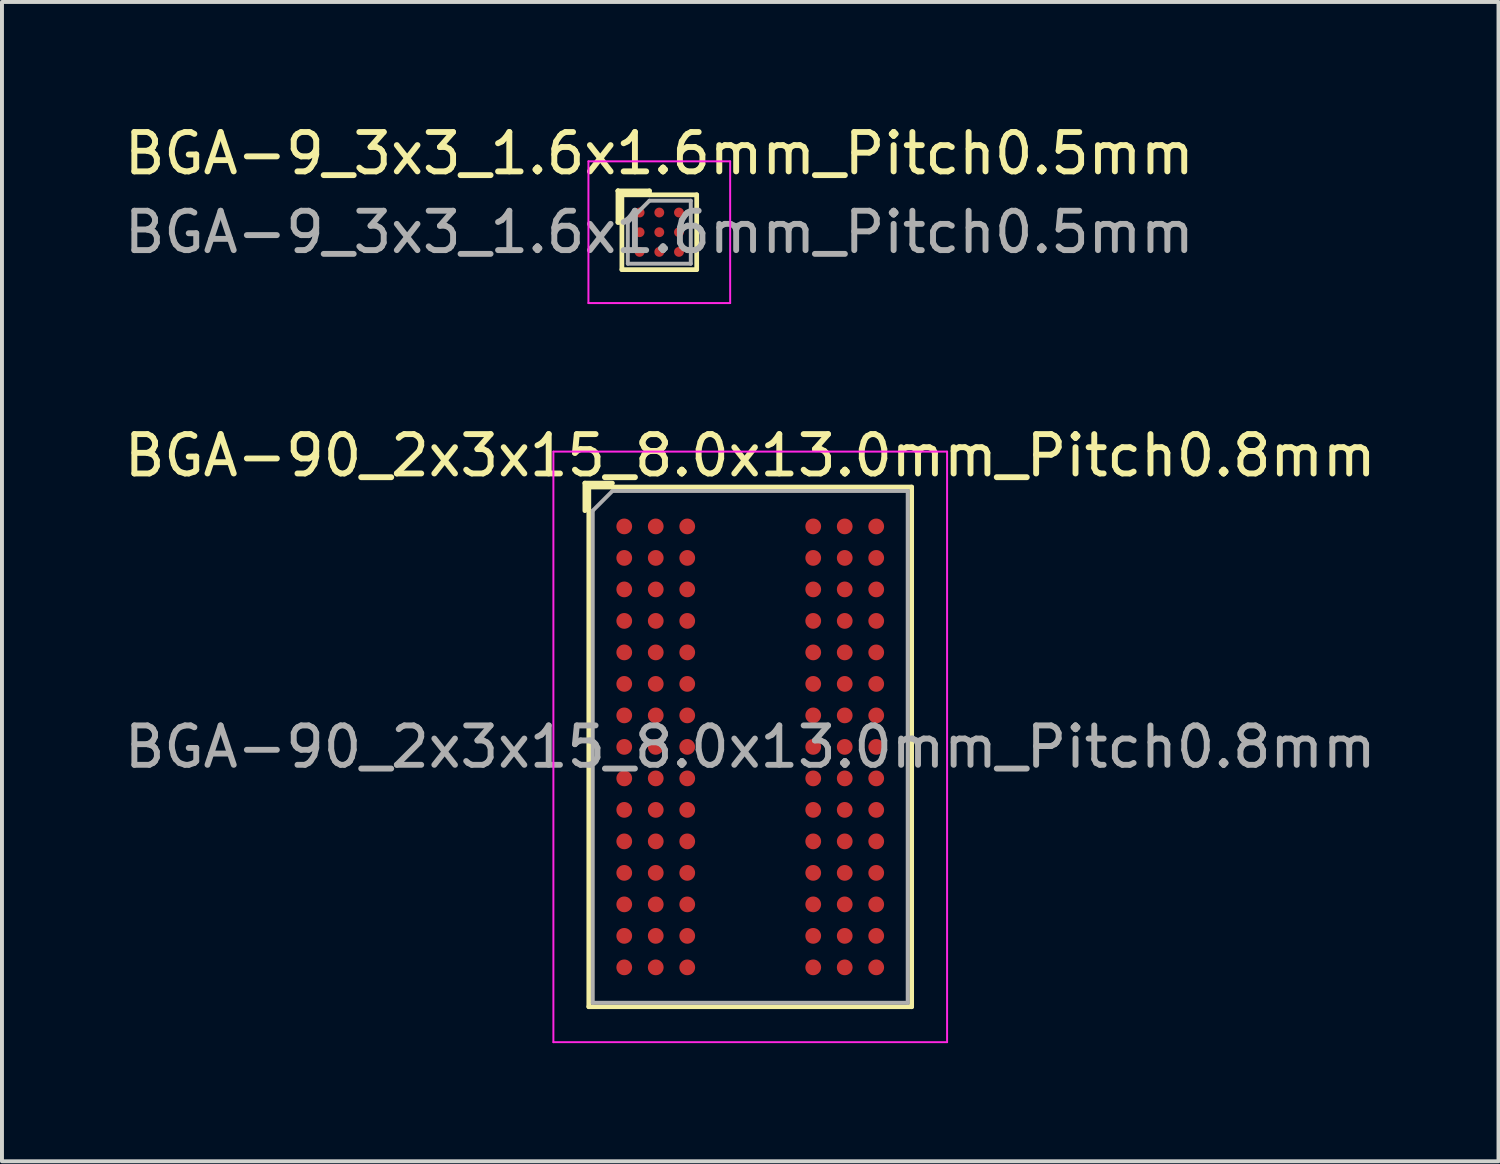
<source format=kicad_pcb>
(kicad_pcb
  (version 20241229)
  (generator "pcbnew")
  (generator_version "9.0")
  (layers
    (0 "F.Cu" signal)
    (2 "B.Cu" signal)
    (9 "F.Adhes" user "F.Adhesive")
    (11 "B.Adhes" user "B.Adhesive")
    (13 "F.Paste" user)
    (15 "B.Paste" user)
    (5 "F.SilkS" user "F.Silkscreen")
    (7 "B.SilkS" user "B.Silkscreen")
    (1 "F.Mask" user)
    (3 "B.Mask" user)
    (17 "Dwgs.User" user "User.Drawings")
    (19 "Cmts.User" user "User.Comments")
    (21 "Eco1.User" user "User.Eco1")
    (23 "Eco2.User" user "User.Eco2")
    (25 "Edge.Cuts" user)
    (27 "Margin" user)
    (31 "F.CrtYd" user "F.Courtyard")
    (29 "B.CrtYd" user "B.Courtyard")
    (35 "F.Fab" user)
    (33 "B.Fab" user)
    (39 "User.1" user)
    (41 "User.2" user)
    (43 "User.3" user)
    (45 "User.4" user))
  (footprint "BGA-9_3x3_1.6x1.6mm_Pitch0.5mm"
    (layer "F.Cu")
    (at 13.696 2.848)
    (property "Reference" "BGA-9_3x3_1.6x1.6mm_Pitch0.5mm" (at 0 -2 0) (layer "F.SilkS") (effects (font (size 1 1) (thickness 0.15))))
    (attr smd)
    (fp_line (start -1.05 -1.05) (end -1.05 -0.25) (stroke (width 0.12) (type solid)) (layer "F.SilkS"))
    (fp_line (start -1.05 -1.05) (end -0.25 -1.05) (stroke (width 0.12) (type solid)) (layer "F.SilkS"))
    (fp_line (start -1.05 -0.25) (end -0.95 -0.25) (stroke (width 0.12) (type solid)) (layer "F.SilkS"))
    (fp_line (start -0.95 -0.95) (end -1.05 -1.05) (stroke (width 0.12) (type solid)) (layer "F.SilkS"))
    (fp_line (start -0.95 -0.95) (end -0.95 0.95) (stroke (width 0.12) (type solid)) (layer "F.SilkS"))
    (fp_line (start -0.95 0.95) (end 0.95 0.95) (stroke (width 0.12) (type solid)) (layer "F.SilkS"))
    (fp_line (start -0.25 -0.95) (end -0.25 -1.05) (stroke (width 0.12) (type solid)) (layer "F.SilkS"))
    (fp_line (start 0.95 -0.95) (end -0.95 -0.95) (stroke (width 0.12) (type solid)) (layer "F.SilkS"))
    (fp_line (start 0.95 0.95) (end 0.95 -0.95) (stroke (width 0.12) (type solid)) (layer "F.SilkS"))
    (fp_line (start -1.8 -1.8) (end -1.8 1.8) (stroke (width 0.05) (type solid)) (layer "F.CrtYd"))
    (fp_line (start -1.8 -1.8) (end 1.8 -1.8) (stroke (width 0.05) (type solid)) (layer "F.CrtYd"))
    (fp_line (start 1.8 1.8) (end -1.8 1.8) (stroke (width 0.05) (type solid)) (layer "F.CrtYd"))
    (fp_line (start 1.8 1.8) (end 1.8 -1.8) (stroke (width 0.05) (type solid)) (layer "F.CrtYd"))
    (fp_line (start -0.8 -0.25) (end -0.25 -0.8) (stroke (width 0.1) (type solid)) (layer "F.Fab"))
    (fp_line (start -0.8 0.8) (end -0.8 -0.25) (stroke (width 0.1) (type solid)) (layer "F.Fab"))
    (fp_line (start -0.25 -0.8) (end 0.8 -0.8) (stroke (width 0.1) (type solid)) (layer "F.Fab"))
    (fp_line (start 0.8 -0.8) (end 0.8 0.8) (stroke (width 0.1) (type solid)) (layer "F.Fab"))
    (fp_line (start 0.8 0.8) (end -0.8 0.8) (stroke (width 0.1) (type solid)) (layer "F.Fab"))
    (fp_text user "${REFERENCE}" (at 0 0 0) (layer "F.Fab") (effects (font (size 1 1) (thickness 0.15))))
    (pad "A1" smd circle (at -0.5 -0.5) (size 0.25 0.25) (layers "F.Cu" "F.Mask" "F.Paste"))
    (pad "A2" smd circle (at 0 -0.5) (size 0.25 0.25) (layers "F.Cu" "F.Mask" "F.Paste"))
    (pad "A3" smd circle (at 0.5 -0.5) (size 0.25 0.25) (layers "F.Cu" "F.Mask" "F.Paste"))
    (pad "B1" smd circle (at -0.5 0) (size 0.25 0.25) (layers "F.Cu" "F.Mask" "F.Paste"))
    (pad "B2" smd circle (at 0 0) (size 0.25 0.25) (layers "F.Cu" "F.Mask" "F.Paste"))
    (pad "B3" smd circle (at 0.5 0) (size 0.25 0.25) (layers "F.Cu" "F.Mask" "F.Paste"))
    (pad "C1" smd circle (at -0.5 0.5) (size 0.25 0.25) (layers "F.Cu" "F.Mask" "F.Paste"))
    (pad "C2" smd circle (at 0 0.5) (size 0.25 0.25) (layers "F.Cu" "F.Mask" "F.Paste"))
    (pad "C3" smd circle (at 0.5 0.5) (size 0.25 0.25) (layers "F.Cu" "F.Mask" "F.Paste")))
  (footprint "BGA-90_2x3x15_8.0x13.0mm_Pitch0.8mm"
    (layer "F.Cu")
    (at 16.006 15.921)
    (property "Reference" "BGA-90_2x3x15_8.0x13.0mm_Pitch0.8mm" (at 0 -7.4 0) (layer "F.SilkS") (effects (font (size 1 1) (thickness 0.15))))
    (attr smd)
    (fp_line (start -4.2 -6.7) (end -3.5 -6.7) (stroke (width 0.12) (type solid)) (layer "F.SilkS"))
    (fp_line (start -4.2 -6) (end -4.2 -6.7) (stroke (width 0.12) (type solid)) (layer "F.SilkS"))
    (fp_line (start -4.1 -6.6) (end -4.1 6.6) (stroke (width 0.12) (type solid)) (layer "F.SilkS"))
    (fp_line (start -4.1 6.6) (end 4.1 6.6) (stroke (width 0.12) (type solid)) (layer "F.SilkS"))
    (fp_line (start 4.1 -6.6) (end -4.1 -6.6) (stroke (width 0.12) (type solid)) (layer "F.SilkS"))
    (fp_line (start 4.1 6.6) (end 4.1 -6.6) (stroke (width 0.12) (type solid)) (layer "F.SilkS"))
    (fp_line (start -5 -7.5) (end -5 7.5) (stroke (width 0.05) (type solid)) (layer "F.CrtYd"))
    (fp_line (start -5 -7.5) (end 5 -7.5) (stroke (width 0.05) (type solid)) (layer "F.CrtYd"))
    (fp_line (start 5 7.5) (end -5 7.5) (stroke (width 0.05) (type solid)) (layer "F.CrtYd"))
    (fp_line (start 5 7.5) (end 5 -7.5) (stroke (width 0.05) (type solid)) (layer "F.CrtYd"))
    (fp_line (start -4 -6) (end -4 6.5) (stroke (width 0.1) (type solid)) (layer "F.Fab"))
    (fp_line (start -4 6.5) (end 4 6.5) (stroke (width 0.1) (type solid)) (layer "F.Fab"))
    (fp_line (start -3.5 -6.5) (end -4 -6) (stroke (width 0.1) (type solid)) (layer "F.Fab"))
    (fp_line (start 4 -6.5) (end -3.5 -6.5) (stroke (width 0.1) (type solid)) (layer "F.Fab"))
    (fp_line (start 4 6.5) (end 4 -6.5) (stroke (width 0.1) (type solid)) (layer "F.Fab"))
    (fp_text user "${REFERENCE}" (at 0 0 0) (layer "F.Fab") (effects (font (size 1 1) (thickness 0.15))))
    (pad "A1" smd circle (at -3.2 -5.6) (size 0.4 0.4) (layers "F.Cu" "F.Mask" "F.Paste"))
    (pad "A2" smd circle (at -2.4 -5.6) (size 0.4 0.4) (layers "F.Cu" "F.Mask" "F.Paste"))
    (pad "A3" smd circle (at -1.6 -5.6) (size 0.4 0.4) (layers "F.Cu" "F.Mask" "F.Paste"))
    (pad "A7" smd circle (at 1.6 -5.6) (size 0.4 0.4) (layers "F.Cu" "F.Mask" "F.Paste"))
    (pad "A8" smd circle (at 2.4 -5.6) (size 0.4 0.4) (layers "F.Cu" "F.Mask" "F.Paste"))
    (pad "A9" smd circle (at 3.2 -5.6) (size 0.4 0.4) (layers "F.Cu" "F.Mask" "F.Paste"))
    (pad "B1" smd circle (at -3.2 -4.8) (size 0.4 0.4) (layers "F.Cu" "F.Mask" "F.Paste"))
    (pad "B2" smd circle (at -2.4 -4.8) (size 0.4 0.4) (layers "F.Cu" "F.Mask" "F.Paste"))
    (pad "B3" smd circle (at -1.6 -4.8) (size 0.4 0.4) (layers "F.Cu" "F.Mask" "F.Paste"))
    (pad "B7" smd circle (at 1.6 -4.8) (size 0.4 0.4) (layers "F.Cu" "F.Mask" "F.Paste"))
    (pad "B8" smd circle (at 2.4 -4.8) (size 0.4 0.4) (layers "F.Cu" "F.Mask" "F.Paste"))
    (pad "B9" smd circle (at 3.2 -4.8) (size 0.4 0.4) (layers "F.Cu" "F.Mask" "F.Paste"))
    (pad "C1" smd circle (at -3.2 -4) (size 0.4 0.4) (layers "F.Cu" "F.Mask" "F.Paste"))
    (pad "C2" smd circle (at -2.4 -4) (size 0.4 0.4) (layers "F.Cu" "F.Mask" "F.Paste"))
    (pad "C3" smd circle (at -1.6 -4) (size 0.4 0.4) (layers "F.Cu" "F.Mask" "F.Paste"))
    (pad "C7" smd circle (at 1.6 -4) (size 0.4 0.4) (layers "F.Cu" "F.Mask" "F.Paste"))
    (pad "C8" smd circle (at 2.4 -4) (size 0.4 0.4) (layers "F.Cu" "F.Mask" "F.Paste"))
    (pad "C9" smd circle (at 3.2 -4) (size 0.4 0.4) (layers "F.Cu" "F.Mask" "F.Paste"))
    (pad "D1" smd circle (at -3.2 -3.2) (size 0.4 0.4) (layers "F.Cu" "F.Mask" "F.Paste"))
    (pad "D2" smd circle (at -2.4 -3.2) (size 0.4 0.4) (layers "F.Cu" "F.Mask" "F.Paste"))
    (pad "D3" smd circle (at -1.6 -3.2) (size 0.4 0.4) (layers "F.Cu" "F.Mask" "F.Paste"))
    (pad "D7" smd circle (at 1.6 -3.2) (size 0.4 0.4) (layers "F.Cu" "F.Mask" "F.Paste"))
    (pad "D8" smd circle (at 2.4 -3.2) (size 0.4 0.4) (layers "F.Cu" "F.Mask" "F.Paste"))
    (pad "D9" smd circle (at 3.2 -3.2) (size 0.4 0.4) (layers "F.Cu" "F.Mask" "F.Paste"))
    (pad "E1" smd circle (at -3.2 -2.4) (size 0.4 0.4) (layers "F.Cu" "F.Mask" "F.Paste"))
    (pad "E2" smd circle (at -2.4 -2.4) (size 0.4 0.4) (layers "F.Cu" "F.Mask" "F.Paste"))
    (pad "E3" smd circle (at -1.6 -2.4) (size 0.4 0.4) (layers "F.Cu" "F.Mask" "F.Paste"))
    (pad "E7" smd circle (at 1.6 -2.4) (size 0.4 0.4) (layers "F.Cu" "F.Mask" "F.Paste"))
    (pad "E8" smd circle (at 2.4 -2.4) (size 0.4 0.4) (layers "F.Cu" "F.Mask" "F.Paste"))
    (pad "E9" smd circle (at 3.2 -2.4) (size 0.4 0.4) (layers "F.Cu" "F.Mask" "F.Paste"))
    (pad "F1" smd circle (at -3.2 -1.6) (size 0.4 0.4) (layers "F.Cu" "F.Mask" "F.Paste"))
    (pad "F2" smd circle (at -2.4 -1.6) (size 0.4 0.4) (layers "F.Cu" "F.Mask" "F.Paste"))
    (pad "F3" smd circle (at -1.6 -1.6) (size 0.4 0.4) (layers "F.Cu" "F.Mask" "F.Paste"))
    (pad "F7" smd circle (at 1.6 -1.6) (size 0.4 0.4) (layers "F.Cu" "F.Mask" "F.Paste"))
    (pad "F8" smd circle (at 2.4 -1.6) (size 0.4 0.4) (layers "F.Cu" "F.Mask" "F.Paste"))
    (pad "F9" smd circle (at 3.2 -1.6) (size 0.4 0.4) (layers "F.Cu" "F.Mask" "F.Paste"))
    (pad "G1" smd circle (at -3.2 -0.8) (size 0.4 0.4) (layers "F.Cu" "F.Mask" "F.Paste"))
    (pad "G2" smd circle (at -2.4 -0.8) (size 0.4 0.4) (layers "F.Cu" "F.Mask" "F.Paste"))
    (pad "G3" smd circle (at -1.6 -0.8) (size 0.4 0.4) (layers "F.Cu" "F.Mask" "F.Paste"))
    (pad "G7" smd circle (at 1.6 -0.8) (size 0.4 0.4) (layers "F.Cu" "F.Mask" "F.Paste"))
    (pad "G8" smd circle (at 2.4 -0.8) (size 0.4 0.4) (layers "F.Cu" "F.Mask" "F.Paste"))
    (pad "G9" smd circle (at 3.2 -0.8) (size 0.4 0.4) (layers "F.Cu" "F.Mask" "F.Paste"))
    (pad "H1" smd circle (at -3.2 0) (size 0.4 0.4) (layers "F.Cu" "F.Mask" "F.Paste"))
    (pad "H2" smd circle (at -2.4 0) (size 0.4 0.4) (layers "F.Cu" "F.Mask" "F.Paste"))
    (pad "H3" smd circle (at -1.6 0) (size 0.4 0.4) (layers "F.Cu" "F.Mask" "F.Paste"))
    (pad "H7" smd circle (at 1.6 0) (size 0.4 0.4) (layers "F.Cu" "F.Mask" "F.Paste"))
    (pad "H8" smd circle (at 2.4 0) (size 0.4 0.4) (layers "F.Cu" "F.Mask" "F.Paste"))
    (pad "H9" smd circle (at 3.2 0) (size 0.4 0.4) (layers "F.Cu" "F.Mask" "F.Paste"))
    (pad "J1" smd circle (at -3.2 0.8) (size 0.4 0.4) (layers "F.Cu" "F.Mask" "F.Paste"))
    (pad "J2" smd circle (at -2.4 0.8) (size 0.4 0.4) (layers "F.Cu" "F.Mask" "F.Paste"))
    (pad "J3" smd circle (at -1.6 0.8) (size 0.4 0.4) (layers "F.Cu" "F.Mask" "F.Paste"))
    (pad "J7" smd circle (at 1.6 0.8) (size 0.4 0.4) (layers "F.Cu" "F.Mask" "F.Paste"))
    (pad "J8" smd circle (at 2.4 0.8) (size 0.4 0.4) (layers "F.Cu" "F.Mask" "F.Paste"))
    (pad "J9" smd circle (at 3.2 0.8) (size 0.4 0.4) (layers "F.Cu" "F.Mask" "F.Paste"))
    (pad "K1" smd circle (at -3.2 1.6) (size 0.4 0.4) (layers "F.Cu" "F.Mask" "F.Paste"))
    (pad "K2" smd circle (at -2.4 1.6) (size 0.4 0.4) (layers "F.Cu" "F.Mask" "F.Paste"))
    (pad "K3" smd circle (at -1.6 1.6) (size 0.4 0.4) (layers "F.Cu" "F.Mask" "F.Paste"))
    (pad "K7" smd circle (at 1.6 1.6) (size 0.4 0.4) (layers "F.Cu" "F.Mask" "F.Paste"))
    (pad "K8" smd circle (at 2.4 1.6) (size 0.4 0.4) (layers "F.Cu" "F.Mask" "F.Paste"))
    (pad "K9" smd circle (at 3.2 1.6) (size 0.4 0.4) (layers "F.Cu" "F.Mask" "F.Paste"))
    (pad "L1" smd circle (at -3.2 2.4) (size 0.4 0.4) (layers "F.Cu" "F.Mask" "F.Paste"))
    (pad "L2" smd circle (at -2.4 2.4) (size 0.4 0.4) (layers "F.Cu" "F.Mask" "F.Paste"))
    (pad "L3" smd circle (at -1.6 2.4) (size 0.4 0.4) (layers "F.Cu" "F.Mask" "F.Paste"))
    (pad "L7" smd circle (at 1.6 2.4) (size 0.4 0.4) (layers "F.Cu" "F.Mask" "F.Paste"))
    (pad "L8" smd circle (at 2.4 2.4) (size 0.4 0.4) (layers "F.Cu" "F.Mask" "F.Paste"))
    (pad "L9" smd circle (at 3.2 2.4) (size 0.4 0.4) (layers "F.Cu" "F.Mask" "F.Paste"))
    (pad "M1" smd circle (at -3.2 3.2) (size 0.4 0.4) (layers "F.Cu" "F.Mask" "F.Paste"))
    (pad "M2" smd circle (at -2.4 3.2) (size 0.4 0.4) (layers "F.Cu" "F.Mask" "F.Paste"))
    (pad "M3" smd circle (at -1.6 3.2) (size 0.4 0.4) (layers "F.Cu" "F.Mask" "F.Paste"))
    (pad "M7" smd circle (at 1.6 3.2) (size 0.4 0.4) (layers "F.Cu" "F.Mask" "F.Paste"))
    (pad "M8" smd circle (at 2.4 3.2) (size 0.4 0.4) (layers "F.Cu" "F.Mask" "F.Paste"))
    (pad "M9" smd circle (at 3.2 3.2) (size 0.4 0.4) (layers "F.Cu" "F.Mask" "F.Paste"))
    (pad "N1" smd circle (at -3.2 4) (size 0.4 0.4) (layers "F.Cu" "F.Mask" "F.Paste"))
    (pad "N2" smd circle (at -2.4 4) (size 0.4 0.4) (layers "F.Cu" "F.Mask" "F.Paste"))
    (pad "N3" smd circle (at -1.6 4) (size 0.4 0.4) (layers "F.Cu" "F.Mask" "F.Paste"))
    (pad "N7" smd circle (at 1.6 4) (size 0.4 0.4) (layers "F.Cu" "F.Mask" "F.Paste"))
    (pad "N8" smd circle (at 2.4 4) (size 0.4 0.4) (layers "F.Cu" "F.Mask" "F.Paste"))
    (pad "N9" smd circle (at 3.2 4) (size 0.4 0.4) (layers "F.Cu" "F.Mask" "F.Paste"))
    (pad "P1" smd circle (at -3.2 4.8) (size 0.4 0.4) (layers "F.Cu" "F.Mask" "F.Paste"))
    (pad "P2" smd circle (at -2.4 4.8) (size 0.4 0.4) (layers "F.Cu" "F.Mask" "F.Paste"))
    (pad "P3" smd circle (at -1.6 4.8) (size 0.4 0.4) (layers "F.Cu" "F.Mask" "F.Paste"))
    (pad "P7" smd circle (at 1.6 4.8) (size 0.4 0.4) (layers "F.Cu" "F.Mask" "F.Paste"))
    (pad "P8" smd circle (at 2.4 4.8) (size 0.4 0.4) (layers "F.Cu" "F.Mask" "F.Paste"))
    (pad "P9" smd circle (at 3.2 4.8) (size 0.4 0.4) (layers "F.Cu" "F.Mask" "F.Paste"))
    (pad "R1" smd circle (at -3.2 5.6) (size 0.4 0.4) (layers "F.Cu" "F.Mask" "F.Paste"))
    (pad "R2" smd circle (at -2.4 5.6) (size 0.4 0.4) (layers "F.Cu" "F.Mask" "F.Paste"))
    (pad "R3" smd circle (at -1.6 5.6) (size 0.4 0.4) (layers "F.Cu" "F.Mask" "F.Paste"))
    (pad "R7" smd circle (at 1.6 5.6) (size 0.4 0.4) (layers "F.Cu" "F.Mask" "F.Paste"))
    (pad "R8" smd circle (at 2.4 5.6) (size 0.4 0.4) (layers "F.Cu" "F.Mask" "F.Paste"))
    (pad "R9" smd circle (at 3.2 5.6) (size 0.4 0.4) (layers "F.Cu" "F.Mask" "F.Paste")))
  (gr_rect
    (start -3 -3)
    (end 35.012 26.447)
    (stroke (width 0.1) (type default))
    (fill no)
    (layer "Edge.Cuts")))
</source>
